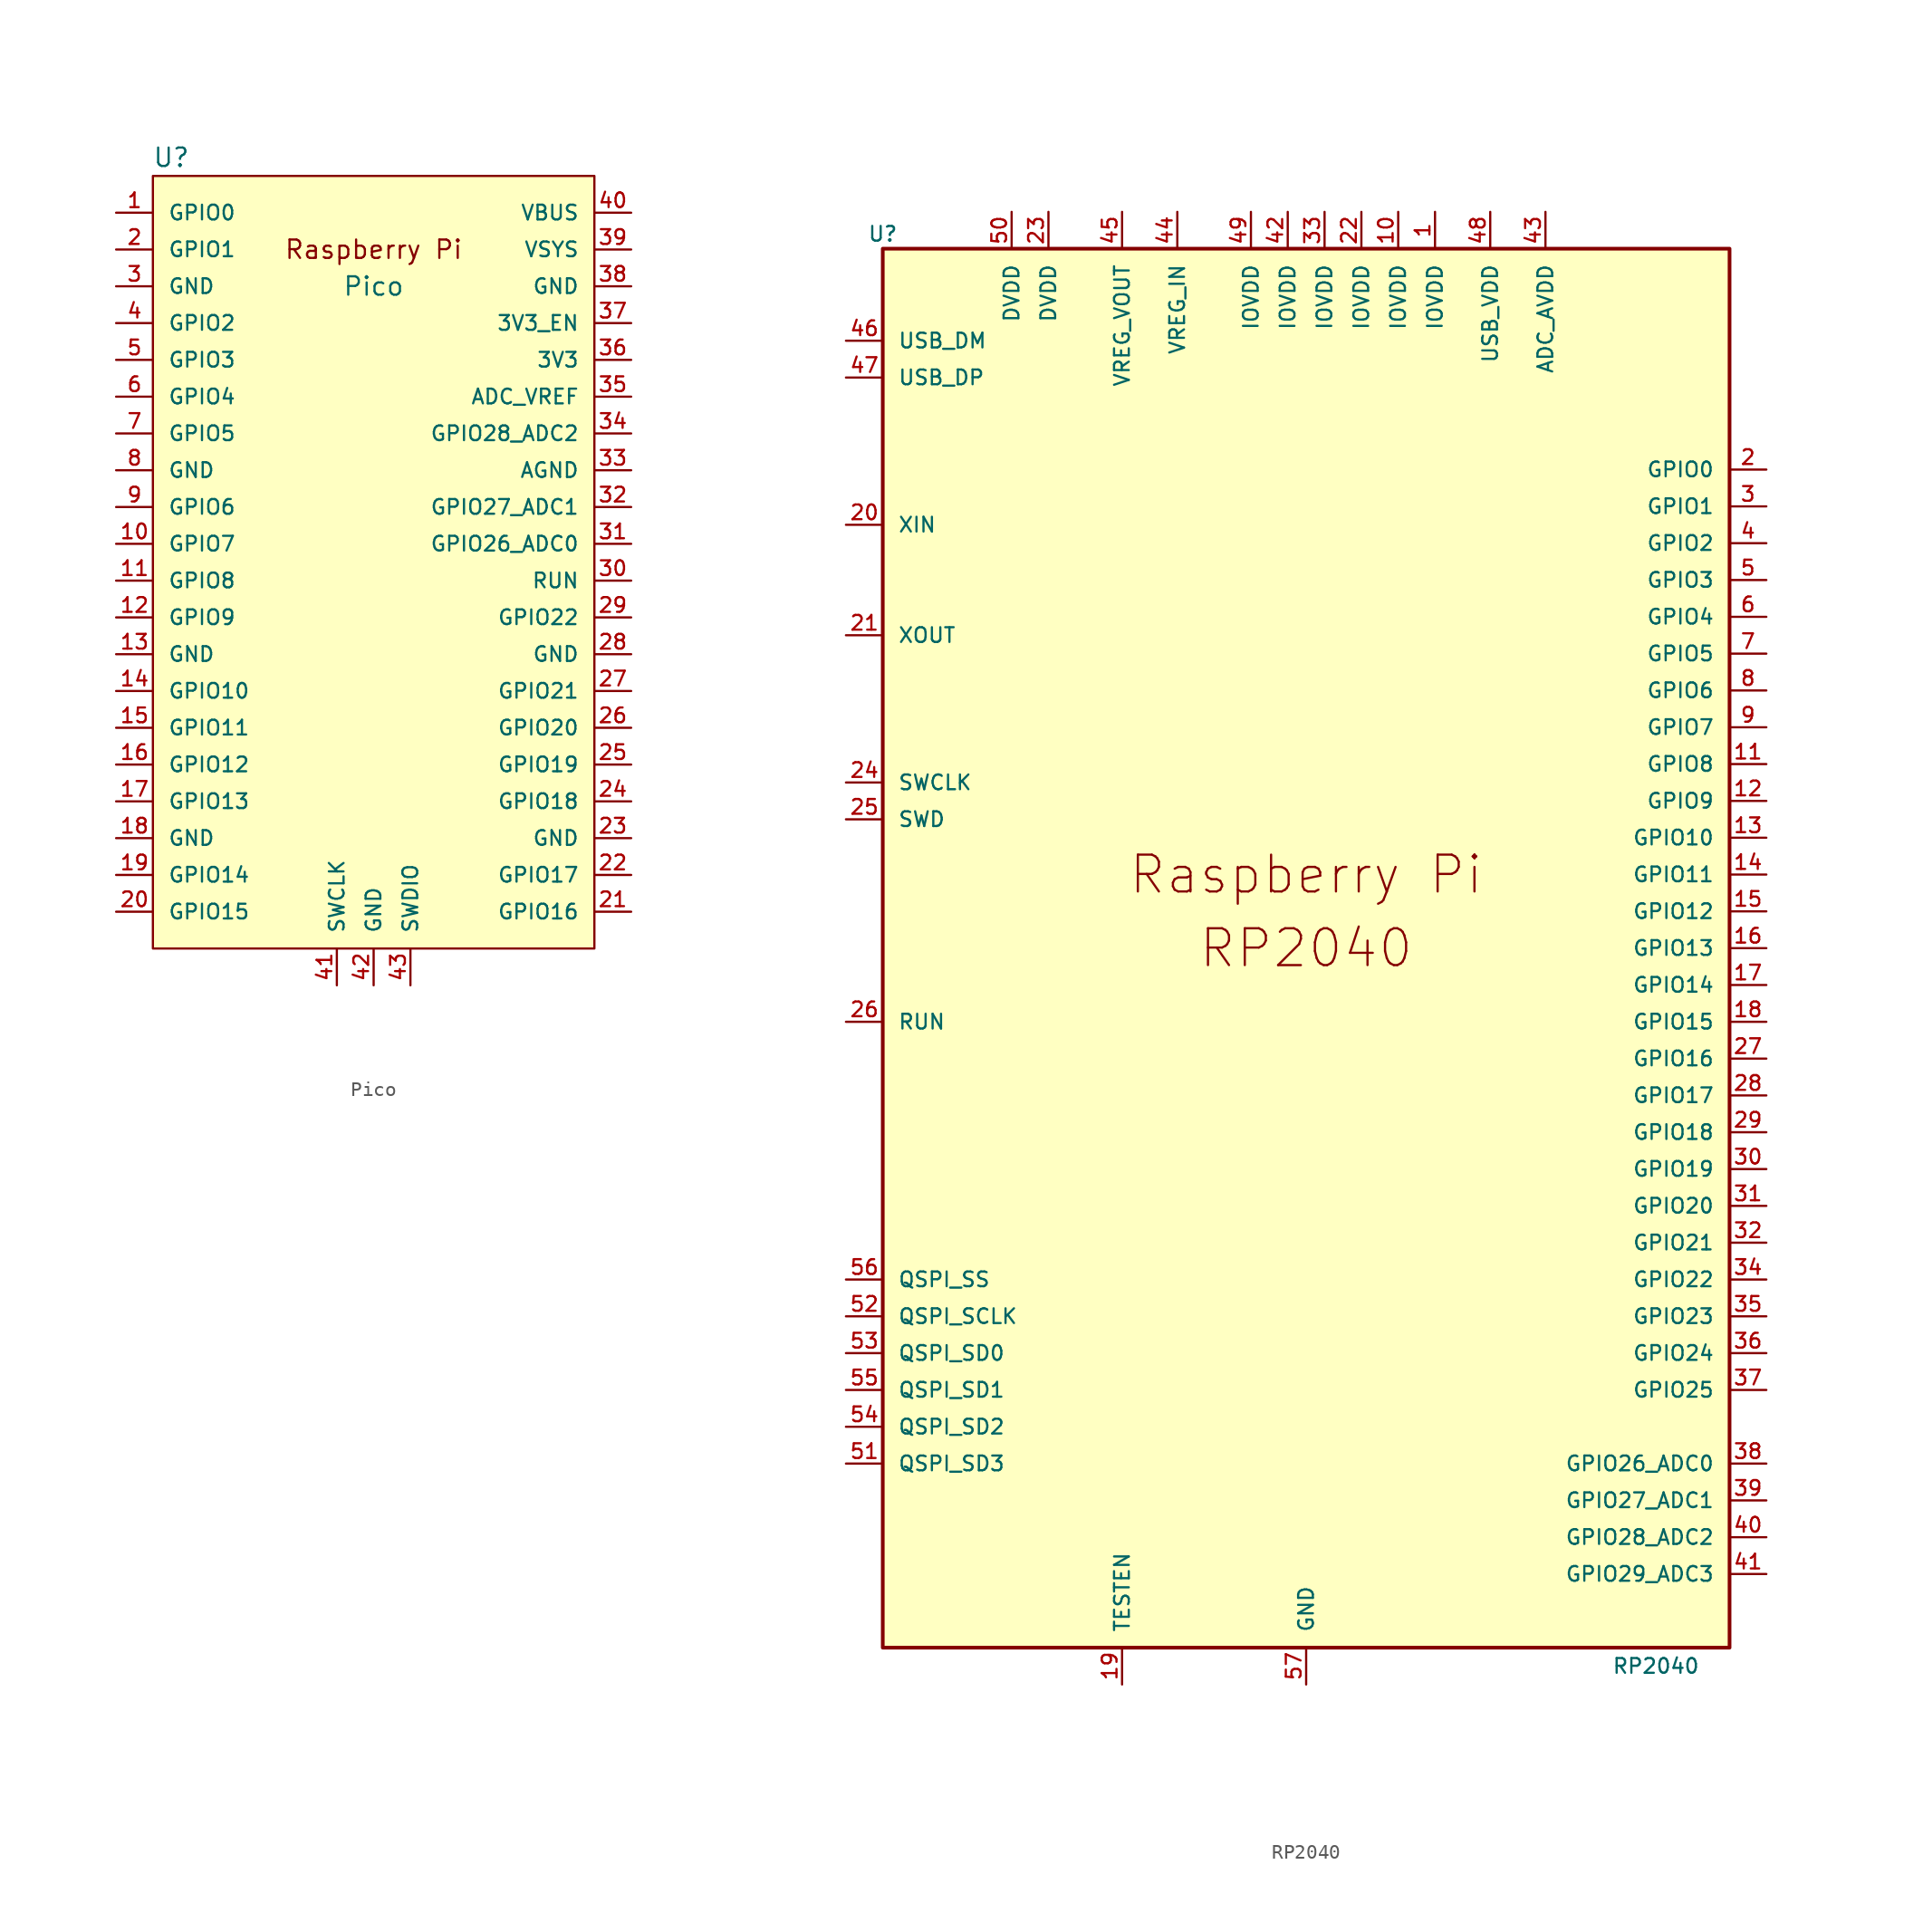
<source format=kicad_sym>
(kicad_symbol_lib
  (version 20211014)
  (generator kicad_symbol_editor)
  (symbol "Pico"
    (pin_names
      (offset 1.016))
    (property "Reference" "U"
      (at -13.97 27.94 0)
      (effects (font (size 1.27 1.27))))
    (property "Value" "Pico"
      (at 0 19.05 0)
      (effects (font (size 1.27 1.27))))
    (symbol "Pico_0_0"
      (text "Raspberry Pi" (at 0 21.59 0) (effects (font (size 1.27 1.27)))))
    (symbol "Pico_0_1"
      (rectangle (start -15.24 26.67) (end 15.24 -26.67) (stroke (width 0) (type default) (color 0 0 0 0)) (fill (type background))))
    (symbol "Pico_1_1"
      (pin bidirectional line (at -17.78 24.13 0) (length 2.54) (name "GPIO0" (effects (font (size 1.016 1.016)))) (number "1" (effects (font (size 1.016 1.016)))))
      (pin bidirectional line (at -17.78 1.27 0) (length 2.54) (name "GPIO7" (effects (font (size 1.016 1.016)))) (number "10" (effects (font (size 1.016 1.016)))))
      (pin bidirectional line (at -17.78 -1.27 0) (length 2.54) (name "GPIO8" (effects (font (size 1.016 1.016)))) (number "11" (effects (font (size 1.016 1.016)))))
      (pin bidirectional line (at -17.78 -3.81 0) (length 2.54) (name "GPIO9" (effects (font (size 1.016 1.016)))) (number "12" (effects (font (size 1.016 1.016)))))
      (pin power_in line (at -17.78 -6.35 0) (length 2.54) (name "GND" (effects (font (size 1.016 1.016)))) (number "13" (effects (font (size 1.016 1.016)))))
      (pin bidirectional line (at -17.78 -8.89 0) (length 2.54) (name "GPIO10" (effects (font (size 1.016 1.016)))) (number "14" (effects (font (size 1.016 1.016)))))
      (pin bidirectional line (at -17.78 -11.43 0) (length 2.54) (name "GPIO11" (effects (font (size 1.016 1.016)))) (number "15" (effects (font (size 1.016 1.016)))))
      (pin bidirectional line (at -17.78 -13.97 0) (length 2.54) (name "GPIO12" (effects (font (size 1.016 1.016)))) (number "16" (effects (font (size 1.016 1.016)))))
      (pin bidirectional line (at -17.78 -16.51 0) (length 2.54) (name "GPIO13" (effects (font (size 1.016 1.016)))) (number "17" (effects (font (size 1.016 1.016)))))
      (pin power_in line (at -17.78 -19.05 0) (length 2.54) (name "GND" (effects (font (size 1.016 1.016)))) (number "18" (effects (font (size 1.016 1.016)))))
      (pin bidirectional line (at -17.78 -21.59 0) (length 2.54) (name "GPIO14" (effects (font (size 1.016 1.016)))) (number "19" (effects (font (size 1.016 1.016)))))
      (pin bidirectional line (at -17.78 21.59 0) (length 2.54) (name "GPIO1" (effects (font (size 1.016 1.016)))) (number "2" (effects (font (size 1.016 1.016)))))
      (pin bidirectional line (at -17.78 -24.13 0) (length 2.54) (name "GPIO15" (effects (font (size 1.016 1.016)))) (number "20" (effects (font (size 1.016 1.016)))))
      (pin bidirectional line (at 17.78 -24.13 180) (length 2.54) (name "GPIO16" (effects (font (size 1.016 1.016)))) (number "21" (effects (font (size 1.016 1.016)))))
      (pin bidirectional line (at 17.78 -21.59 180) (length 2.54) (name "GPIO17" (effects (font (size 1.016 1.016)))) (number "22" (effects (font (size 1.016 1.016)))))
      (pin power_in line (at 17.78 -19.05 180) (length 2.54) (name "GND" (effects (font (size 1.016 1.016)))) (number "23" (effects (font (size 1.016 1.016)))))
      (pin bidirectional line (at 17.78 -16.51 180) (length 2.54) (name "GPIO18" (effects (font (size 1.016 1.016)))) (number "24" (effects (font (size 1.016 1.016)))))
      (pin bidirectional line (at 17.78 -13.97 180) (length 2.54) (name "GPIO19" (effects (font (size 1.016 1.016)))) (number "25" (effects (font (size 1.016 1.016)))))
      (pin bidirectional line (at 17.78 -11.43 180) (length 2.54) (name "GPIO20" (effects (font (size 1.016 1.016)))) (number "26" (effects (font (size 1.016 1.016)))))
      (pin bidirectional line (at 17.78 -8.89 180) (length 2.54) (name "GPIO21" (effects (font (size 1.016 1.016)))) (number "27" (effects (font (size 1.016 1.016)))))
      (pin power_in line (at 17.78 -6.35 180) (length 2.54) (name "GND" (effects (font (size 1.016 1.016)))) (number "28" (effects (font (size 1.016 1.016)))))
      (pin bidirectional line (at 17.78 -3.81 180) (length 2.54) (name "GPIO22" (effects (font (size 1.016 1.016)))) (number "29" (effects (font (size 1.016 1.016)))))
      (pin power_in line (at -17.78 19.05 0) (length 2.54) (name "GND" (effects (font (size 1.016 1.016)))) (number "3" (effects (font (size 1.016 1.016)))))
      (pin input line (at 17.78 -1.27 180) (length 2.54) (name "RUN" (effects (font (size 1.016 1.016)))) (number "30" (effects (font (size 1.016 1.016)))))
      (pin bidirectional line (at 17.78 1.27 180) (length 2.54) (name "GPIO26_ADC0" (effects (font (size 1.016 1.016)))) (number "31" (effects (font (size 1.016 1.016)))))
      (pin bidirectional line (at 17.78 3.81 180) (length 2.54) (name "GPIO27_ADC1" (effects (font (size 1.016 1.016)))) (number "32" (effects (font (size 1.016 1.016)))))
      (pin power_in line (at 17.78 6.35 180) (length 2.54) (name "AGND" (effects (font (size 1.016 1.016)))) (number "33" (effects (font (size 1.016 1.016)))))
      (pin bidirectional line (at 17.78 8.89 180) (length 2.54) (name "GPIO28_ADC2" (effects (font (size 1.016 1.016)))) (number "34" (effects (font (size 1.016 1.016)))))
      (pin unspecified line (at 17.78 11.43 180) (length 2.54) (name "ADC_VREF" (effects (font (size 1.016 1.016)))) (number "35" (effects (font (size 1.016 1.016)))))
      (pin unspecified line (at 17.78 13.97 180) (length 2.54) (name "3V3" (effects (font (size 1.016 1.016)))) (number "36" (effects (font (size 1.016 1.016)))))
      (pin input line (at 17.78 16.51 180) (length 2.54) (name "3V3_EN" (effects (font (size 1.016 1.016)))) (number "37" (effects (font (size 1.016 1.016)))))
      (pin bidirectional line (at 17.78 19.05 180) (length 2.54) (name "GND" (effects (font (size 1.016 1.016)))) (number "38" (effects (font (size 1.016 1.016)))))
      (pin unspecified line (at 17.78 21.59 180) (length 2.54) (name "VSYS" (effects (font (size 1.016 1.016)))) (number "39" (effects (font (size 1.016 1.016)))))
      (pin bidirectional line (at -17.78 16.51 0) (length 2.54) (name "GPIO2" (effects (font (size 1.016 1.016)))) (number "4" (effects (font (size 1.016 1.016)))))
      (pin unspecified line (at 17.78 24.13 180) (length 2.54) (name "VBUS" (effects (font (size 1.016 1.016)))) (number "40" (effects (font (size 1.016 1.016)))))
      (pin input line (at -2.54 -29.21 90) (length 2.54) (name "SWCLK" (effects (font (size 1.016 1.016)))) (number "41" (effects (font (size 1.016 1.016)))))
      (pin power_in line (at 0 -29.21 90) (length 2.54) (name "GND" (effects (font (size 1.016 1.016)))) (number "42" (effects (font (size 1.016 1.016)))))
      (pin bidirectional line (at 2.54 -29.21 90) (length 2.54) (name "SWDIO" (effects (font (size 1.016 1.016)))) (number "43" (effects (font (size 1.016 1.016)))))
      (pin bidirectional line (at -17.78 13.97 0) (length 2.54) (name "GPIO3" (effects (font (size 1.016 1.016)))) (number "5" (effects (font (size 1.016 1.016)))))
      (pin bidirectional line (at -17.78 11.43 0) (length 2.54) (name "GPIO4" (effects (font (size 1.016 1.016)))) (number "6" (effects (font (size 1.016 1.016)))))
      (pin bidirectional line (at -17.78 8.89 0) (length 2.54) (name "GPIO5" (effects (font (size 1.016 1.016)))) (number "7" (effects (font (size 1.016 1.016)))))
      (pin power_in line (at -17.78 6.35 0) (length 2.54) (name "GND" (effects (font (size 1.016 1.016)))) (number "8" (effects (font (size 1.016 1.016)))))
      (pin bidirectional line (at -17.78 3.81 0) (length 2.54) (name "GPIO6" (effects (font (size 1.016 1.016)))) (number "9" (effects (font (size 1.016 1.016)))))))
  (symbol "RP2040"
    (pin_names
      (offset 1.016))
    (property "Reference" "U"
      (at -29.21 49.276 0)
      (effects (font (size 1.016 1.016))))
    (property "Value" "RP2040"
      (at 24.13 -49.53 0)
      (effects (font (size 1.016 1.016))))
    (symbol "RP2040_0_0"
      (text "Raspberry Pi" (at 0 5.08 0) (effects (font (size 2.54 2.54))))
      (text "RP2040" (at 0 0 0) (effects (font (size 2.54 2.54)))))
    (symbol "RP2040_0_1"
      (rectangle (start 29.21 48.26) (end -29.21 -48.26) (stroke (width 0.254) (type default) (color 0 0 0 0)) (fill (type background))))
    (symbol "RP2040_1_1"
      (pin power_in line (at 8.89 50.8 270) (length 2.54) (name "IOVDD" (effects (font (size 1.016 1.016)))) (number "1" (effects (font (size 1.016 1.016)))))
      (pin power_in line (at 6.35 50.8 270) (length 2.54) (name "IOVDD" (effects (font (size 1.016 1.016)))) (number "10" (effects (font (size 1.016 1.016)))))
      (pin bidirectional line (at 31.75 12.7 180) (length 2.54) (name "GPIO8" (effects (font (size 1.016 1.016)))) (number "11" (effects (font (size 1.016 1.016)))))
      (pin bidirectional line (at 31.75 10.16 180) (length 2.54) (name "GPIO9" (effects (font (size 1.016 1.016)))) (number "12" (effects (font (size 1.016 1.016)))))
      (pin bidirectional line (at 31.75 7.62 180) (length 2.54) (name "GPIO10" (effects (font (size 1.016 1.016)))) (number "13" (effects (font (size 1.016 1.016)))))
      (pin bidirectional line (at 31.75 5.08 180) (length 2.54) (name "GPIO11" (effects (font (size 1.016 1.016)))) (number "14" (effects (font (size 1.016 1.016)))))
      (pin bidirectional line (at 31.75 2.54 180) (length 2.54) (name "GPIO12" (effects (font (size 1.016 1.016)))) (number "15" (effects (font (size 1.016 1.016)))))
      (pin bidirectional line (at 31.75 0 180) (length 2.54) (name "GPIO13" (effects (font (size 1.016 1.016)))) (number "16" (effects (font (size 1.016 1.016)))))
      (pin bidirectional line (at 31.75 -2.54 180) (length 2.54) (name "GPIO14" (effects (font (size 1.016 1.016)))) (number "17" (effects (font (size 1.016 1.016)))))
      (pin bidirectional line (at 31.75 -5.08 180) (length 2.54) (name "GPIO15" (effects (font (size 1.016 1.016)))) (number "18" (effects (font (size 1.016 1.016)))))
      (pin passive line (at -12.7 -50.8 90) (length 2.54) (name "TESTEN" (effects (font (size 1.016 1.016)))) (number "19" (effects (font (size 1.016 1.016)))))
      (pin bidirectional line (at 31.75 33.02 180) (length 2.54) (name "GPIO0" (effects (font (size 1.016 1.016)))) (number "2" (effects (font (size 1.016 1.016)))))
      (pin input line (at -31.75 29.21 0) (length 2.54) (name "XIN" (effects (font (size 1.016 1.016)))) (number "20" (effects (font (size 1.016 1.016)))))
      (pin passive line (at -31.75 21.59 0) (length 2.54) (name "XOUT" (effects (font (size 1.016 1.016)))) (number "21" (effects (font (size 1.016 1.016)))))
      (pin power_in line (at 3.81 50.8 270) (length 2.54) (name "IOVDD" (effects (font (size 1.016 1.016)))) (number "22" (effects (font (size 1.016 1.016)))))
      (pin power_in line (at -17.78 50.8 270) (length 2.54) (name "DVDD" (effects (font (size 1.016 1.016)))) (number "23" (effects (font (size 1.016 1.016)))))
      (pin input line (at -31.75 11.43 0) (length 2.54) (name "SWCLK" (effects (font (size 1.016 1.016)))) (number "24" (effects (font (size 1.016 1.016)))))
      (pin bidirectional line (at -31.75 8.89 0) (length 2.54) (name "SWD" (effects (font (size 1.016 1.016)))) (number "25" (effects (font (size 1.016 1.016)))))
      (pin input line (at -31.75 -5.08 0) (length 2.54) (name "RUN" (effects (font (size 1.016 1.016)))) (number "26" (effects (font (size 1.016 1.016)))))
      (pin bidirectional line (at 31.75 -7.62 180) (length 2.54) (name "GPIO16" (effects (font (size 1.016 1.016)))) (number "27" (effects (font (size 1.016 1.016)))))
      (pin bidirectional line (at 31.75 -10.16 180) (length 2.54) (name "GPIO17" (effects (font (size 1.016 1.016)))) (number "28" (effects (font (size 1.016 1.016)))))
      (pin bidirectional line (at 31.75 -12.7 180) (length 2.54) (name "GPIO18" (effects (font (size 1.016 1.016)))) (number "29" (effects (font (size 1.016 1.016)))))
      (pin bidirectional line (at 31.75 30.48 180) (length 2.54) (name "GPIO1" (effects (font (size 1.016 1.016)))) (number "3" (effects (font (size 1.016 1.016)))))
      (pin bidirectional line (at 31.75 -15.24 180) (length 2.54) (name "GPIO19" (effects (font (size 1.016 1.016)))) (number "30" (effects (font (size 1.016 1.016)))))
      (pin bidirectional line (at 31.75 -17.78 180) (length 2.54) (name "GPIO20" (effects (font (size 1.016 1.016)))) (number "31" (effects (font (size 1.016 1.016)))))
      (pin bidirectional line (at 31.75 -20.32 180) (length 2.54) (name "GPIO21" (effects (font (size 1.016 1.016)))) (number "32" (effects (font (size 1.016 1.016)))))
      (pin power_in line (at 1.27 50.8 270) (length 2.54) (name "IOVDD" (effects (font (size 1.016 1.016)))) (number "33" (effects (font (size 1.016 1.016)))))
      (pin bidirectional line (at 31.75 -22.86 180) (length 2.54) (name "GPIO22" (effects (font (size 1.016 1.016)))) (number "34" (effects (font (size 1.016 1.016)))))
      (pin bidirectional line (at 31.75 -25.4 180) (length 2.54) (name "GPIO23" (effects (font (size 1.016 1.016)))) (number "35" (effects (font (size 1.016 1.016)))))
      (pin bidirectional line (at 31.75 -27.94 180) (length 2.54) (name "GPIO24" (effects (font (size 1.016 1.016)))) (number "36" (effects (font (size 1.016 1.016)))))
      (pin bidirectional line (at 31.75 -30.48 180) (length 2.54) (name "GPIO25" (effects (font (size 1.016 1.016)))) (number "37" (effects (font (size 1.016 1.016)))))
      (pin bidirectional line (at 31.75 -35.56 180) (length 2.54) (name "GPIO26_ADC0" (effects (font (size 1.016 1.016)))) (number "38" (effects (font (size 1.016 1.016)))))
      (pin bidirectional line (at 31.75 -38.1 180) (length 2.54) (name "GPIO27_ADC1" (effects (font (size 1.016 1.016)))) (number "39" (effects (font (size 1.016 1.016)))))
      (pin bidirectional line (at 31.75 27.94 180) (length 2.54) (name "GPIO2" (effects (font (size 1.016 1.016)))) (number "4" (effects (font (size 1.016 1.016)))))
      (pin bidirectional line (at 31.75 -40.64 180) (length 2.54) (name "GPIO28_ADC2" (effects (font (size 1.016 1.016)))) (number "40" (effects (font (size 1.016 1.016)))))
      (pin bidirectional line (at 31.75 -43.18 180) (length 2.54) (name "GPIO29_ADC3" (effects (font (size 1.016 1.016)))) (number "41" (effects (font (size 1.016 1.016)))))
      (pin power_in line (at -1.27 50.8 270) (length 2.54) (name "IOVDD" (effects (font (size 1.016 1.016)))) (number "42" (effects (font (size 1.016 1.016)))))
      (pin power_in line (at 16.51 50.8 270) (length 2.54) (name "ADC_AVDD" (effects (font (size 1.016 1.016)))) (number "43" (effects (font (size 1.016 1.016)))))
      (pin power_in line (at -8.89 50.8 270) (length 2.54) (name "VREG_IN" (effects (font (size 1.016 1.016)))) (number "44" (effects (font (size 1.016 1.016)))))
      (pin power_out line (at -12.7 50.8 270) (length 2.54) (name "VREG_VOUT" (effects (font (size 1.016 1.016)))) (number "45" (effects (font (size 1.016 1.016)))))
      (pin bidirectional line (at -31.75 41.91 0) (length 2.54) (name "USB_DM" (effects (font (size 1.016 1.016)))) (number "46" (effects (font (size 1.016 1.016)))))
      (pin bidirectional line (at -31.75 39.37 0) (length 2.54) (name "USB_DP" (effects (font (size 1.016 1.016)))) (number "47" (effects (font (size 1.016 1.016)))))
      (pin power_in line (at 12.7 50.8 270) (length 2.54) (name "USB_VDD" (effects (font (size 1.016 1.016)))) (number "48" (effects (font (size 1.016 1.016)))))
      (pin power_in line (at -3.81 50.8 270) (length 2.54) (name "IOVDD" (effects (font (size 1.016 1.016)))) (number "49" (effects (font (size 1.016 1.016)))))
      (pin bidirectional line (at 31.75 25.4 180) (length 2.54) (name "GPIO3" (effects (font (size 1.016 1.016)))) (number "5" (effects (font (size 1.016 1.016)))))
      (pin power_in line (at -20.32 50.8 270) (length 2.54) (name "DVDD" (effects (font (size 1.016 1.016)))) (number "50" (effects (font (size 1.016 1.016)))))
      (pin bidirectional line (at -31.75 -35.56 0) (length 2.54) (name "QSPI_SD3" (effects (font (size 1.016 1.016)))) (number "51" (effects (font (size 1.016 1.016)))))
      (pin output line (at -31.75 -25.4 0) (length 2.54) (name "QSPI_SCLK" (effects (font (size 1.016 1.016)))) (number "52" (effects (font (size 1.016 1.016)))))
      (pin bidirectional line (at -31.75 -27.94 0) (length 2.54) (name "QSPI_SD0" (effects (font (size 1.016 1.016)))) (number "53" (effects (font (size 1.016 1.016)))))
      (pin bidirectional line (at -31.75 -33.02 0) (length 2.54) (name "QSPI_SD2" (effects (font (size 1.016 1.016)))) (number "54" (effects (font (size 1.016 1.016)))))
      (pin bidirectional line (at -31.75 -30.48 0) (length 2.54) (name "QSPI_SD1" (effects (font (size 1.016 1.016)))) (number "55" (effects (font (size 1.016 1.016)))))
      (pin bidirectional line (at -31.75 -22.86 0) (length 2.54) (name "QSPI_SS" (effects (font (size 1.016 1.016)))) (number "56" (effects (font (size 1.016 1.016)))))
      (pin power_in line (at 0 -50.8 90) (length 2.54) (name "GND" (effects (font (size 1.016 1.016)))) (number "57" (effects (font (size 1.016 1.016)))))
      (pin bidirectional line (at 31.75 22.86 180) (length 2.54) (name "GPIO4" (effects (font (size 1.016 1.016)))) (number "6" (effects (font (size 1.016 1.016)))))
      (pin bidirectional line (at 31.75 20.32 180) (length 2.54) (name "GPIO5" (effects (font (size 1.016 1.016)))) (number "7" (effects (font (size 1.016 1.016)))))
      (pin bidirectional line (at 31.75 17.78 180) (length 2.54) (name "GPIO6" (effects (font (size 1.016 1.016)))) (number "8" (effects (font (size 1.016 1.016)))))
      (pin bidirectional line (at 31.75 15.24 180) (length 2.54) (name "GPIO7" (effects (font (size 1.016 1.016)))) (number "9" (effects (font (size 1.016 1.016))))))))
</source>
